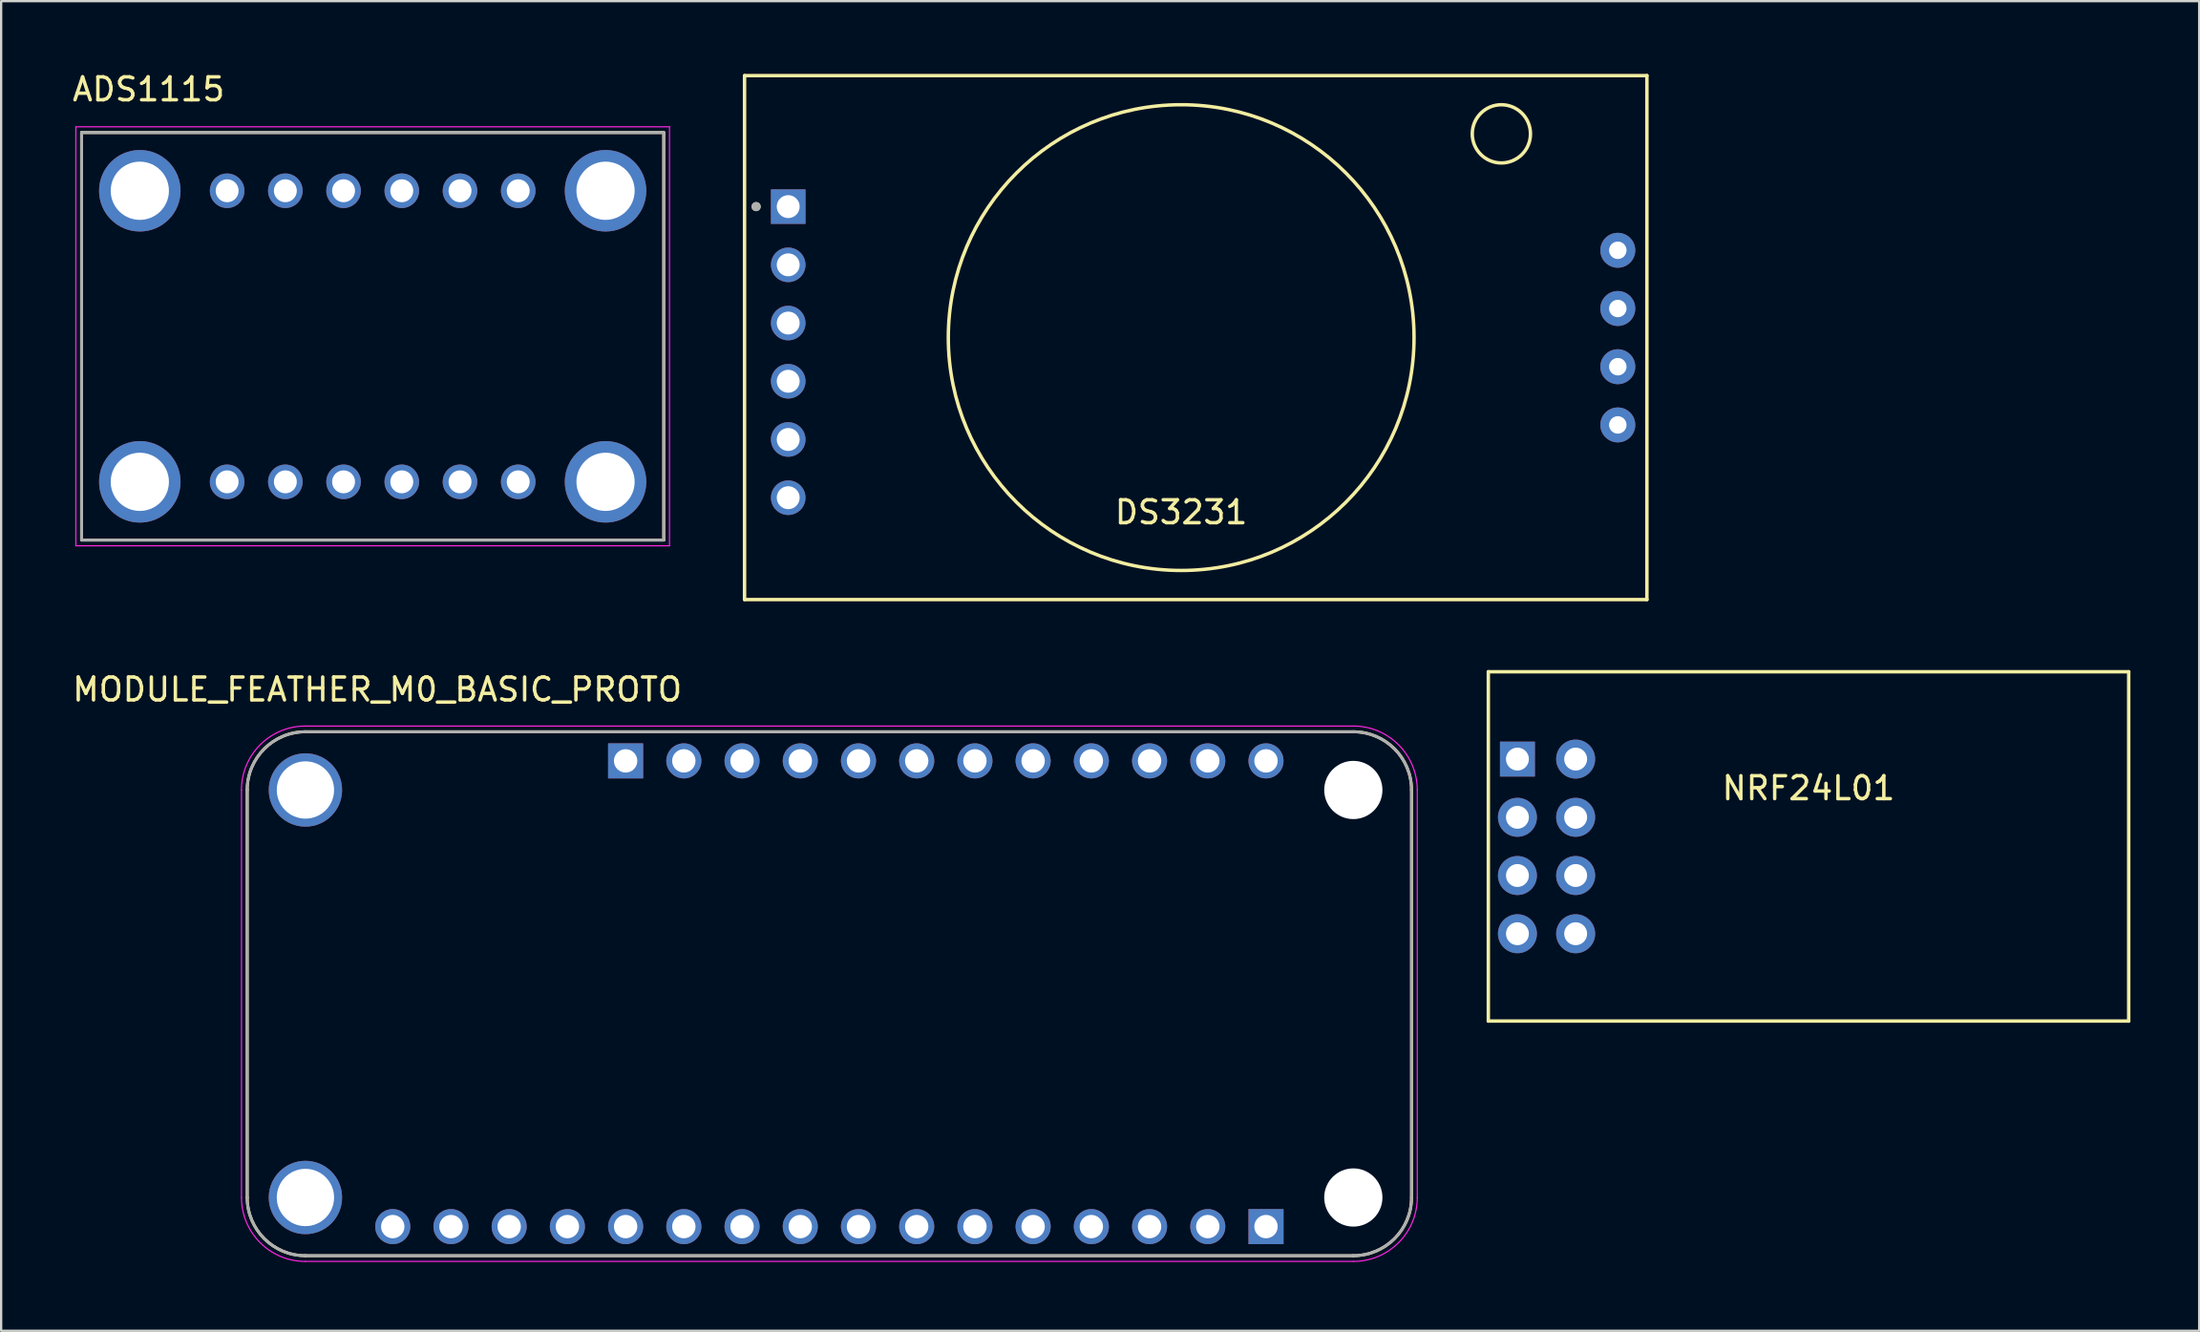
<source format=kicad_pcb>
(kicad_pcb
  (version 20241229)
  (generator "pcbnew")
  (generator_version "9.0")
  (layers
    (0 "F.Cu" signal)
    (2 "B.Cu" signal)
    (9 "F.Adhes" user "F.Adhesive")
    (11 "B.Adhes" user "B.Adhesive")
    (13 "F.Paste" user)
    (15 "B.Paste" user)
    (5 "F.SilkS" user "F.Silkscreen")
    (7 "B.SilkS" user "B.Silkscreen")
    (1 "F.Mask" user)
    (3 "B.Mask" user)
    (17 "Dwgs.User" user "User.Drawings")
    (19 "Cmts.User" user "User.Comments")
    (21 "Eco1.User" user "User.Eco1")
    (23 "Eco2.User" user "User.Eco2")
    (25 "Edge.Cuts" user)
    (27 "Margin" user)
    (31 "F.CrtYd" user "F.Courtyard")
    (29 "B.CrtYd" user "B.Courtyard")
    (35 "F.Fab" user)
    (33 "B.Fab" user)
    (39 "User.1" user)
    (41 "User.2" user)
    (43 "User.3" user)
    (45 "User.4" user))
  (footprint "ADS1115"
    (layer "F.Cu")
    (at 13.21 11.623)
    (property "Reference" "ADS1115" (at -9.775 -10.775 0) (layer "F.SilkS") (effects (font (size 1 1) (thickness 0.15))))
    (attr through_hole)
    (fp_line (start -12.7 -8.89) (end 12.7 -8.89) (stroke (width 0.127) (type solid)) (layer "F.SilkS"))
    (fp_line (start -12.7 8.89) (end -12.7 -8.89) (stroke (width 0.127) (type solid)) (layer "F.SilkS"))
    (fp_line (start 12.7 -8.89) (end 12.7 8.89) (stroke (width 0.127) (type solid)) (layer "F.SilkS"))
    (fp_line (start 12.7 8.89) (end -12.7 8.89) (stroke (width 0.127) (type solid)) (layer "F.SilkS"))
    (fp_line (start -12.95 -9.14) (end -12.95 9.14) (stroke (width 0.05) (type solid)) (layer "F.CrtYd"))
    (fp_line (start -12.95 9.14) (end 12.95 9.14) (stroke (width 0.05) (type solid)) (layer "F.CrtYd"))
    (fp_line (start 12.95 -9.14) (end -12.95 -9.14) (stroke (width 0.05) (type solid)) (layer "F.CrtYd"))
    (fp_line (start 12.95 9.14) (end 12.95 -9.14) (stroke (width 0.05) (type solid)) (layer "F.CrtYd"))
    (fp_line (start -12.7 -8.89) (end 12.7 -8.89) (stroke (width 0.127) (type solid)) (layer "F.Fab"))
    (fp_line (start -12.7 8.89) (end -12.7 -8.89) (stroke (width 0.127) (type solid)) (layer "F.Fab"))
    (fp_line (start 12.7 -8.89) (end 12.7 8.89) (stroke (width 0.127) (type solid)) (layer "F.Fab"))
    (fp_line (start 12.7 8.89) (end -12.7 8.89) (stroke (width 0.127) (type solid)) (layer "F.Fab"))
    (pad "JP1_1" thru_hole circle (at -6.35 -6.35) (size 1.508 1.508) (drill 1) (layers "*.Cu" "*.Mask"))
    (pad "JP1_2" thru_hole circle (at -3.81 -6.35) (size 1.508 1.508) (drill 1) (layers "*.Cu" "*.Mask"))
    (pad "JP1_3" thru_hole circle (at -1.27 -6.35) (size 1.508 1.508) (drill 1) (layers "*.Cu" "*.Mask"))
    (pad "JP1_4" thru_hole circle (at 1.27 -6.35) (size 1.508 1.508) (drill 1) (layers "*.Cu" "*.Mask"))
    (pad "JP1_5" thru_hole circle (at 3.81 -6.35) (size 1.508 1.508) (drill 1) (layers "*.Cu" "*.Mask"))
    (pad "JP1_6" thru_hole circle (at 6.35 -6.35) (size 1.508 1.508) (drill 1) (layers "*.Cu" "*.Mask"))
    (pad "JP2_1" thru_hole circle (at -6.35 6.35) (size 1.508 1.508) (drill 1) (layers "*.Cu" "*.Mask"))
    (pad "JP2_2" thru_hole circle (at -3.81 6.35) (size 1.508 1.508) (drill 1) (layers "*.Cu" "*.Mask"))
    (pad "JP2_3" thru_hole circle (at -1.27 6.35) (size 1.508 1.508) (drill 1) (layers "*.Cu" "*.Mask"))
    (pad "JP2_4" thru_hole circle (at 1.27 6.35) (size 1.508 1.508) (drill 1) (layers "*.Cu" "*.Mask"))
    (pad "JP2_5" thru_hole circle (at 3.81 6.35) (size 1.508 1.508) (drill 1) (layers "*.Cu" "*.Mask"))
    (pad "JP2_6" thru_hole circle (at 6.35 6.35) (size 1.508 1.508) (drill 1) (layers "*.Cu" "*.Mask"))
    (pad "SH1" thru_hole circle (at -10.16 -6.35) (size 3.556 3.556) (drill 2.54) (layers "*.Cu" "*.Mask"))
    (pad "SH2" thru_hole circle (at 10.16 -6.35) (size 3.556 3.556) (drill 2.54) (layers "*.Cu" "*.Mask"))
    (pad "SH3" thru_hole circle (at -10.16 6.35) (size 3.556 3.556) (drill 2.54) (layers "*.Cu" "*.Mask"))
    (pad "SH4" thru_hole circle (at 10.16 6.35) (size 3.556 3.556) (drill 2.54) (layers "*.Cu" "*.Mask")))
  (footprint "NRF24L01"
    (layer "F.Cu")
    (at 65.696 30.07)
    (property "Reference" "NRF24L01" (at 10.16 1.27 0) (layer "F.SilkS") (effects (font (size 1 1) (thickness 0.15))))
    (attr through_hole)
    (fp_line (start -3.81 -3.81) (end -3.81 11.43) (stroke (width 0.15) (type solid)) (layer "F.SilkS"))
    (fp_line (start -3.81 11.43) (end 24.13 11.43) (stroke (width 0.15) (type solid)) (layer "F.SilkS"))
    (fp_line (start 24.13 -3.81) (end -3.81 -3.81) (stroke (width 0.15) (type solid)) (layer "F.SilkS"))
    (fp_line (start 24.13 11.43) (end 24.13 -3.81) (stroke (width 0.15) (type solid)) (layer "F.SilkS"))
    (pad "1" thru_hole rect (at -2.54 0) (size 1.524 1.524) (drill 1) (layers "*.Cu" "*.Mask"))
    (pad "2" thru_hole circle (at 0 0) (size 1.7 1.7) (drill 1) (layers "*.Cu" "*.Mask"))
    (pad "3" thru_hole circle (at -2.54 2.54) (size 1.7 1.7) (drill 1) (layers "*.Cu" "*.Mask"))
    (pad "4" thru_hole circle (at 0 2.54) (size 1.7 1.7) (drill 1) (layers "*.Cu" "*.Mask"))
    (pad "5" thru_hole circle (at -2.54 5.08) (size 1.7 1.7) (drill 1) (layers "*.Cu" "*.Mask"))
    (pad "6" thru_hole circle (at 0 5.08) (size 1.7 1.7) (drill 1) (layers "*.Cu" "*.Mask"))
    (pad "7" thru_hole circle (at -2.54 7.62) (size 1.7 1.7) (drill 1) (layers "*.Cu" "*.Mask"))
    (pad "8" thru_hole circle (at 0 7.62) (size 1.7 1.7) (drill 1) (layers "*.Cu" "*.Mask")))
  (footprint "MODULE_FEATHER_M0_BASIC_PROTO"
    (layer "F.Cu")
    (at 33.136 40.308)
    (property "Reference" "MODULE_FEATHER_M0_BASIC_PROTO" (at -19.725 -13.275 0) (layer "F.SilkS") (effects (font (size 1 1) (thickness 0.15))))
    (attr through_hole)
    (fp_line (start -25.4 8.89) (end -25.4 -8.89) (stroke (width 0.127) (type solid)) (layer "F.SilkS"))
    (fp_line (start -22.86 -11.43) (end 22.86 -11.43) (stroke (width 0.127) (type solid)) (layer "F.SilkS"))
    (fp_line (start 22.86 11.43) (end -22.86 11.43) (stroke (width 0.127) (type solid)) (layer "F.SilkS"))
    (fp_line (start 25.4 -8.89) (end 25.4 8.89) (stroke (width 0.127) (type solid)) (layer "F.SilkS"))
    (fp_arc (start -25.4 -8.89) (mid -24.656051 -10.686051) (end -22.86 -11.43) (stroke (width 0.127) (type solid)) (layer "F.SilkS"))
    (fp_arc (start -22.86 11.43) (mid -24.656051 10.686051) (end -25.4 8.89) (stroke (width 0.127) (type solid)) (layer "F.SilkS"))
    (fp_arc (start 22.86 -11.43) (mid 24.656051 -10.686051) (end 25.4 -8.89) (stroke (width 0.127) (type solid)) (layer "F.SilkS"))
    (fp_arc (start 25.4 8.89) (mid 24.656051 10.686051) (end 22.86 11.43) (stroke (width 0.127) (type solid)) (layer "F.SilkS"))
    (fp_line (start -25.65 -8.89) (end -25.65 8.89) (stroke (width 0.05) (type solid)) (layer "F.CrtYd"))
    (fp_line (start -22.86 11.68) (end 22.86 11.68) (stroke (width 0.05) (type solid)) (layer "F.CrtYd"))
    (fp_line (start 22.86 -11.68) (end -22.86 -11.68) (stroke (width 0.05) (type solid)) (layer "F.CrtYd"))
    (fp_line (start 25.65 8.89) (end 25.65 -8.89) (stroke (width 0.05) (type solid)) (layer "F.CrtYd"))
    (fp_arc (start -25.65 -8.89) (mid -24.832828 -10.862828) (end -22.86 -11.68) (stroke (width 0.05) (type solid)) (layer "F.CrtYd"))
    (fp_arc (start -22.86 11.68) (mid -24.832828 10.862828) (end -25.65 8.89) (stroke (width 0.05) (type solid)) (layer "F.CrtYd"))
    (fp_arc (start 22.86 -11.68) (mid 24.832828 -10.862828) (end 25.65 -8.89) (stroke (width 0.05) (type solid)) (layer "F.CrtYd"))
    (fp_arc (start 25.65 8.89) (mid 24.832828 10.862828) (end 22.86 11.68) (stroke (width 0.05) (type solid)) (layer "F.CrtYd"))
    (fp_line (start -25.4 8.89) (end -25.4 -8.89) (stroke (width 0.127) (type solid)) (layer "F.Fab"))
    (fp_line (start -22.86 -11.43) (end 22.86 -11.43) (stroke (width 0.127) (type solid)) (layer "F.Fab"))
    (fp_line (start 22.86 11.43) (end -22.86 11.43) (stroke (width 0.127) (type solid)) (layer "F.Fab"))
    (fp_line (start 25.4 -8.89) (end 25.4 8.89) (stroke (width 0.127) (type solid)) (layer "F.Fab"))
    (fp_arc (start -25.4 -8.89) (mid -24.656051 -10.686051) (end -22.86 -11.43) (stroke (width 0.127) (type solid)) (layer "F.Fab"))
    (fp_arc (start -22.86 11.43) (mid -24.656051 10.686051) (end -25.4 8.89) (stroke (width 0.127) (type solid)) (layer "F.Fab"))
    (fp_arc (start 22.86 -11.43) (mid 24.656051 -10.686051) (end 25.4 -8.89) (stroke (width 0.127) (type solid)) (layer "F.Fab"))
    (fp_arc (start 25.4 8.89) (mid 24.656051 10.686051) (end 22.86 11.43) (stroke (width 0.127) (type solid)) (layer "F.Fab"))
    (pad "" np_thru_hole circle (at 22.86 -8.89) (size 2.54 2.54) (drill 2.54) (layers "*.Cu" "*.Mask"))
    (pad "" np_thru_hole circle (at 22.86 8.89) (size 2.54 2.54) (drill 2.54) (layers "*.Cu" "*.Mask"))
    (pad "P$1" thru_hole circle (at -22.86 -8.89) (size 3.2 3.2) (drill 2.5) (layers "*.Cu" "*.Mask"))
    (pad "P$2" thru_hole circle (at -22.86 8.89) (size 3.2 3.2) (drill 2.5) (layers "*.Cu" "*.Mask"))
    (pad "P1_1" thru_hole rect (at 19.05 10.16) (size 1.53 1.53) (drill 1.02) (layers "*.Cu" "*.Mask"))
    (pad "P1_2" thru_hole circle (at 16.51 10.16) (size 1.53 1.53) (drill 1.02) (layers "*.Cu" "*.Mask"))
    (pad "P1_3" thru_hole circle (at 13.97 10.16) (size 1.53 1.53) (drill 1.02) (layers "*.Cu" "*.Mask"))
    (pad "P1_4" thru_hole circle (at 11.43 10.16) (size 1.53 1.53) (drill 1.02) (layers "*.Cu" "*.Mask"))
    (pad "P1_5" thru_hole circle (at 8.89 10.16) (size 1.53 1.53) (drill 1.02) (layers "*.Cu" "*.Mask"))
    (pad "P1_6" thru_hole circle (at 6.35 10.16) (size 1.53 1.53) (drill 1.02) (layers "*.Cu" "*.Mask"))
    (pad "P1_7" thru_hole circle (at 3.81 10.16) (size 1.53 1.53) (drill 1.02) (layers "*.Cu" "*.Mask"))
    (pad "P1_8" thru_hole circle (at 1.27 10.16) (size 1.53 1.53) (drill 1.02) (layers "*.Cu" "*.Mask"))
    (pad "P1_9" thru_hole circle (at -1.27 10.16) (size 1.53 1.53) (drill 1.02) (layers "*.Cu" "*.Mask"))
    (pad "P1_10" thru_hole circle (at -3.81 10.16) (size 1.53 1.53) (drill 1.02) (layers "*.Cu" "*.Mask"))
    (pad "P1_11" thru_hole circle (at -6.35 10.16) (size 1.53 1.53) (drill 1.02) (layers "*.Cu" "*.Mask"))
    (pad "P1_12" thru_hole circle (at -8.89 10.16) (size 1.53 1.53) (drill 1.02) (layers "*.Cu" "*.Mask"))
    (pad "P1_13" thru_hole circle (at -11.43 10.16) (size 1.53 1.53) (drill 1.02) (layers "*.Cu" "*.Mask"))
    (pad "P1_14" thru_hole circle (at -13.97 10.16) (size 1.53 1.53) (drill 1.02) (layers "*.Cu" "*.Mask"))
    (pad "P1_15" thru_hole circle (at -16.51 10.16) (size 1.53 1.53) (drill 1.02) (layers "*.Cu" "*.Mask"))
    (pad "P1_16" thru_hole circle (at -19.05 10.16) (size 1.53 1.53) (drill 1.02) (layers "*.Cu" "*.Mask"))
    (pad "P2_1" thru_hole rect (at -8.89 -10.16) (size 1.53 1.53) (drill 1.02) (layers "*.Cu" "*.Mask"))
    (pad "P2_2" thru_hole circle (at -6.35 -10.16) (size 1.53 1.53) (drill 1.02) (layers "*.Cu" "*.Mask"))
    (pad "P2_3" thru_hole circle (at -3.81 -10.16) (size 1.53 1.53) (drill 1.02) (layers "*.Cu" "*.Mask"))
    (pad "P2_4" thru_hole circle (at -1.27 -10.16) (size 1.53 1.53) (drill 1.02) (layers "*.Cu" "*.Mask"))
    (pad "P2_5" thru_hole circle (at 1.27 -10.16) (size 1.53 1.53) (drill 1.02) (layers "*.Cu" "*.Mask"))
    (pad "P2_6" thru_hole circle (at 3.81 -10.16) (size 1.53 1.53) (drill 1.02) (layers "*.Cu" "*.Mask"))
    (pad "P2_7" thru_hole circle (at 6.35 -10.16) (size 1.53 1.53) (drill 1.02) (layers "*.Cu" "*.Mask"))
    (pad "P2_8" thru_hole circle (at 8.89 -10.16) (size 1.53 1.53) (drill 1.02) (layers "*.Cu" "*.Mask"))
    (pad "P2_9" thru_hole circle (at 11.43 -10.16) (size 1.53 1.53) (drill 1.02) (layers "*.Cu" "*.Mask"))
    (pad "P2_10" thru_hole circle (at 13.97 -10.16) (size 1.53 1.53) (drill 1.02) (layers "*.Cu" "*.Mask"))
    (pad "P2_11" thru_hole circle (at 16.51 -10.16) (size 1.53 1.53) (drill 1.02) (layers "*.Cu" "*.Mask"))
    (pad "P2_12" thru_hole circle (at 19.05 -10.16) (size 1.53 1.53) (drill 1.02) (layers "*.Cu" "*.Mask")))
  (footprint "DS3231"
    (layer "F.Cu")
    (at 29.435 0.25)
    (property "Reference" "DS3231" (at 19.05 19.05 0) (layer "F.SilkS") (effects (font (size 1 1) (thickness 0.15))))
    (attr through_hole)
    (fp_line (start 0 0) (end 0 22.86) (stroke (width 0.15) (type solid)) (layer "F.SilkS"))
    (fp_line (start 0 0) (end 39.37 0) (stroke (width 0.15) (type solid)) (layer "F.SilkS"))
    (fp_line (start 0 22.86) (end 39.37 22.86) (stroke (width 0.15) (type solid)) (layer "F.SilkS"))
    (fp_line (start 39.37 0) (end 39.37 22.86) (stroke (width 0.15) (type solid)) (layer "F.SilkS"))
    (fp_circle (center 0.505 5.715) (end 0.605 5.715) (stroke (width 0.2) (type solid)) (fill no) (layer "F.SilkS"))
    (fp_circle (center 19.05 11.43) (end 19.05 21.59) (stroke (width 0.15) (type solid)) (fill no) (layer "F.SilkS"))
    (fp_circle (center 33.02 2.54) (end 33.02 1.27) (stroke (width 0.15) (type solid)) (fill no) (layer "F.SilkS"))
    (fp_circle (center 0.505 5.715) (end 0.605 5.715) (stroke (width 0.2) (type solid)) (fill no) (layer "F.Fab"))
    (pad "1" thru_hole rect (at 1.905 5.715) (size 1.508 1.508) (drill 1) (layers "*.Cu" "*.Mask"))
    (pad "1" thru_hole circle (at 38.1 7.62) (size 1.524 1.524) (drill 0.762) (layers "*.Cu" "*.Mask"))
    (pad "2" thru_hole circle (at 1.905 8.255) (size 1.508 1.508) (drill 1) (layers "*.Cu" "*.Mask"))
    (pad "2" thru_hole circle (at 38.1 10.16) (size 1.524 1.524) (drill 0.762) (layers "*.Cu" "*.Mask"))
    (pad "3" thru_hole circle (at 1.905 10.795) (size 1.508 1.508) (drill 1) (layers "*.Cu" "*.Mask"))
    (pad "3" thru_hole circle (at 38.1 12.7) (size 1.524 1.524) (drill 0.762) (layers "*.Cu" "*.Mask"))
    (pad "4" thru_hole circle (at 1.905 13.335) (size 1.508 1.508) (drill 1) (layers "*.Cu" "*.Mask"))
    (pad "4" thru_hole circle (at 38.1 15.24) (size 1.524 1.524) (drill 0.762) (layers "*.Cu" "*.Mask"))
    (pad "5" thru_hole circle (at 1.905 15.875) (size 1.508 1.508) (drill 1) (layers "*.Cu" "*.Mask"))
    (pad "6" thru_hole circle (at 1.905 18.415) (size 1.508 1.508) (drill 1) (layers "*.Cu" "*.Mask")))
  (gr_rect
    (start -3 -3)
    (end 92.901 55.013)
    (stroke (width 0.1) (type default))
    (fill no)
    (layer "Edge.Cuts")))
</source>
